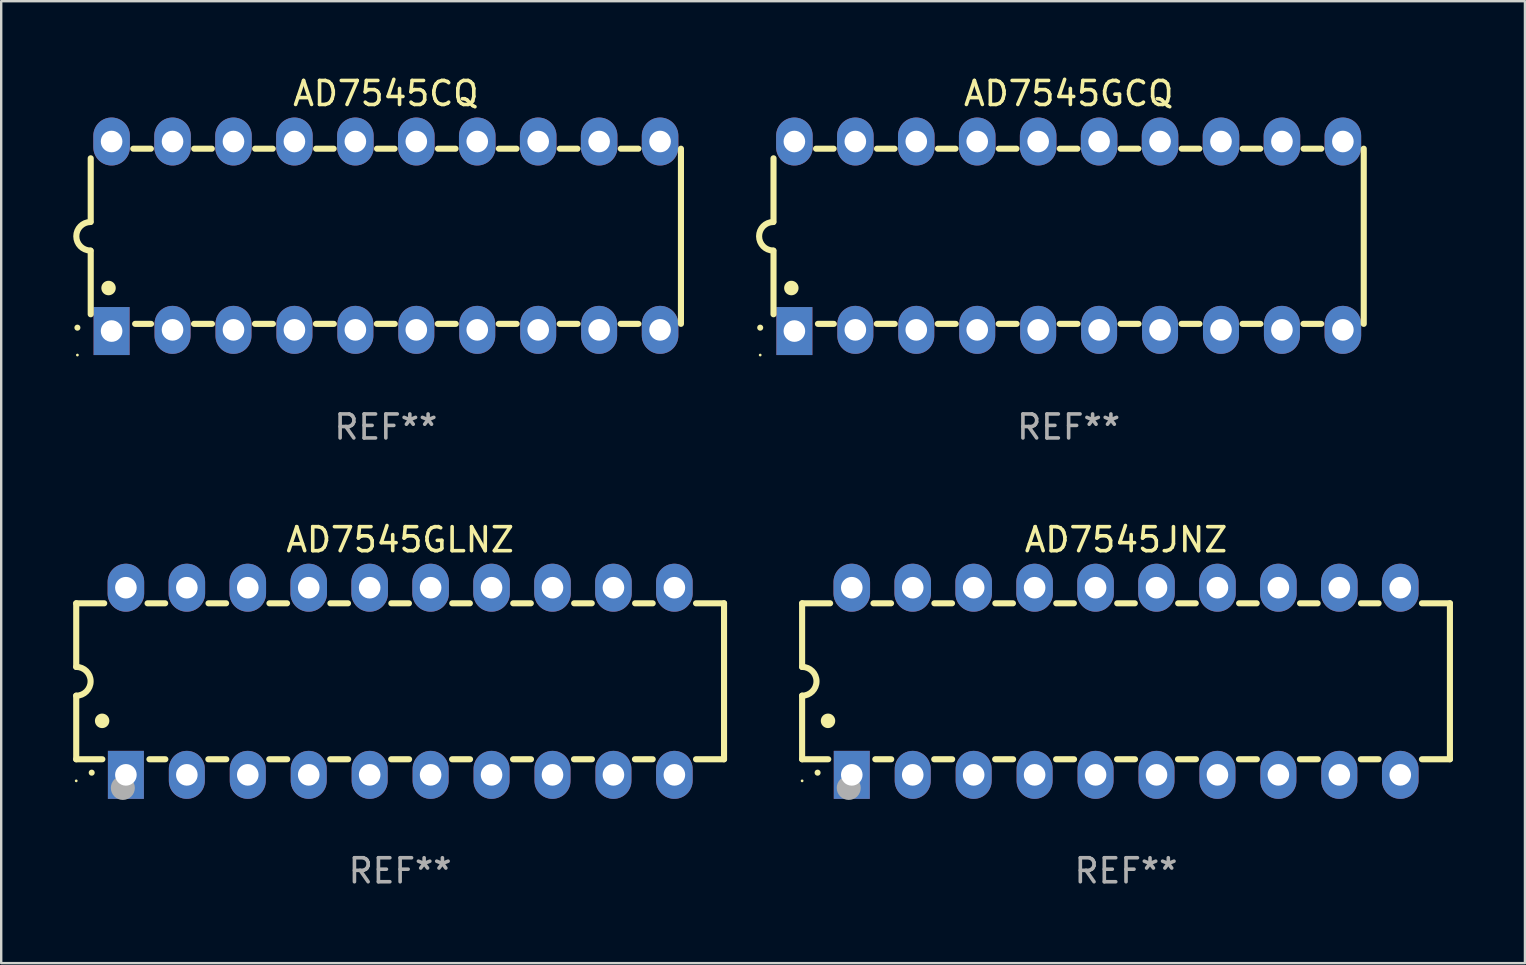
<source format=kicad_pcb>
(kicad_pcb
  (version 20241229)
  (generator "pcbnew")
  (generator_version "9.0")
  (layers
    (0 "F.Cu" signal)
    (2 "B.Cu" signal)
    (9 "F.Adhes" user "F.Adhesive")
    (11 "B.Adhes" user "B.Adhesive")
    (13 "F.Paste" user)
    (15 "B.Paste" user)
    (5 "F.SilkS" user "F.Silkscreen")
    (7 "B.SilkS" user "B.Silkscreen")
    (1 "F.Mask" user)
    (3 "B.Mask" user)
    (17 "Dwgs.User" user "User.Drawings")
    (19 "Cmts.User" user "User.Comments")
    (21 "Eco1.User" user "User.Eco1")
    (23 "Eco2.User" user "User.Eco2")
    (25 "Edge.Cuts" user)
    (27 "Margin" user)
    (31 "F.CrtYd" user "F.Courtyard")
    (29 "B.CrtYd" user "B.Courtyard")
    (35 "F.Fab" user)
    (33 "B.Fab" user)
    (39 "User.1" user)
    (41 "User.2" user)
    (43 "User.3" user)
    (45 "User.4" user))
  (footprint "AD7545GLNZ"
    (layer "F.Cu")
    (at 13.627 25.345)
    (property "Reference" "AD7545GLNZ" (at 0 -5.9 0) (layer "F.SilkS") (effects (font (size 1 1) (thickness 0.15))))
    (attr through_hole)
    (fp_line (start -13.5 -3.25) (end -12.333 -3.25) (stroke (width 0.254) (type solid)) (layer "F.SilkS"))
    (fp_line (start -13.5 -0.6) (end -13.5 -3.25) (stroke (width 0.254) (type solid)) (layer "F.SilkS"))
    (fp_line (start -13.5 3.25) (end -13.5 0.6) (stroke (width 0.254) (type solid)) (layer "F.SilkS"))
    (fp_line (start -13.5 3.25) (end -12.411 3.25) (stroke (width 0.254) (type solid)) (layer "F.SilkS"))
    (fp_line (start -10.527 -3.25) (end -9.793 -3.25) (stroke (width 0.254) (type solid)) (layer "F.SilkS"))
    (fp_line (start -10.449 3.25) (end -9.786 3.25) (stroke (width 0.254) (type solid)) (layer "F.SilkS"))
    (fp_line (start -7.994 3.25) (end -7.246 3.25) (stroke (width 0.254) (type solid)) (layer "F.SilkS"))
    (fp_line (start -7.987 -3.25) (end -7.253 -3.25) (stroke (width 0.254) (type solid)) (layer "F.SilkS"))
    (fp_line (start -5.454 3.25) (end -4.706 3.25) (stroke (width 0.254) (type solid)) (layer "F.SilkS"))
    (fp_line (start -5.447 -3.25) (end -4.713 -3.25) (stroke (width 0.254) (type solid)) (layer "F.SilkS"))
    (fp_line (start -2.914 3.25) (end -2.166 3.25) (stroke (width 0.254) (type solid)) (layer "F.SilkS"))
    (fp_line (start -2.907 -3.25) (end -2.173 -3.25) (stroke (width 0.254) (type solid)) (layer "F.SilkS"))
    (fp_line (start -0.374 3.25) (end 0.374 3.25) (stroke (width 0.254) (type solid)) (layer "F.SilkS"))
    (fp_line (start -0.367 -3.25) (end 0.367 -3.25) (stroke (width 0.254) (type solid)) (layer "F.SilkS"))
    (fp_line (start 2.166 3.25) (end 2.914 3.25) (stroke (width 0.254) (type solid)) (layer "F.SilkS"))
    (fp_line (start 2.173 -3.25) (end 2.907 -3.25) (stroke (width 0.254) (type solid)) (layer "F.SilkS"))
    (fp_line (start 4.706 3.25) (end 5.454 3.25) (stroke (width 0.254) (type solid)) (layer "F.SilkS"))
    (fp_line (start 4.713 -3.25) (end 5.447 -3.25) (stroke (width 0.254) (type solid)) (layer "F.SilkS"))
    (fp_line (start 7.246 3.25) (end 7.994 3.25) (stroke (width 0.254) (type solid)) (layer "F.SilkS"))
    (fp_line (start 7.253 -3.25) (end 7.987 -3.25) (stroke (width 0.254) (type solid)) (layer "F.SilkS"))
    (fp_line (start 9.786 3.25) (end 10.527 3.25) (stroke (width 0.254) (type solid)) (layer "F.SilkS"))
    (fp_line (start 9.793 -3.25) (end 10.527 -3.25) (stroke (width 0.254) (type solid)) (layer "F.SilkS"))
    (fp_line (start 12.333 -3.25) (end 13.5 -3.25) (stroke (width 0.254) (type solid)) (layer "F.SilkS"))
    (fp_line (start 12.333 3.25) (end 13.5 3.25) (stroke (width 0.254) (type solid)) (layer "F.SilkS"))
    (fp_line (start 13.5 -3.25) (end 13.5 3.25) (stroke (width 0.254) (type solid)) (layer "F.SilkS"))
    (fp_arc (start -13.500127 -0.599442) (mid -12.900406 0.000228) (end -13.500025 0.6) (stroke (width 0.254001) (type solid)) (layer "F.SilkS"))
    (fp_arc (start -12.854966 3.810008) (mid -12.854973 3.808738) (end -12.854966 3.807468) (stroke (width 0.25) (type solid)) (layer "F.SilkS"))
    (fp_arc (start -12.420625 1.651003) (mid -12.420636 1.648463) (end -12.420625 1.645923) (stroke (width 0.6) (type solid)) (layer "F.SilkS"))
    (fp_circle (center -13.5 4.15) (end -13.47 4.15) (stroke (width 0.06) (type solid)) (fill no) (layer "F.SilkS"))
    (fp_circle (center -11.557 4.445) (end -11.307 4.445) (stroke (width 0.5) (type solid)) (fill no) (layer "F.Fab"))
    (fp_text user "REF**" (at 0 7.9 0) (layer "F.Fab") (effects (font (size 1 1) (thickness 0.15))))
    (pad "1" thru_hole rect (at -11.43 3.9 90) (size 2 1.5) (drill 0.9) (layers "*.Cu" "*.Mask"))
    (pad "2" thru_hole oval (at -8.89 3.9 90) (size 2 1.5) (drill 0.9) (layers "*.Cu" "*.Mask"))
    (pad "3" thru_hole oval (at -6.35 3.9 90) (size 2 1.5) (drill 0.9) (layers "*.Cu" "*.Mask"))
    (pad "4" thru_hole oval (at -3.81 3.9 90) (size 2 1.5) (drill 0.9) (layers "*.Cu" "*.Mask"))
    (pad "5" thru_hole oval (at -1.27 3.9 90) (size 2 1.5) (drill 0.9) (layers "*.Cu" "*.Mask"))
    (pad "6" thru_hole oval (at 1.27 3.9 90) (size 2 1.5) (drill 0.9) (layers "*.Cu" "*.Mask"))
    (pad "7" thru_hole oval (at 3.81 3.9 90) (size 2 1.5) (drill 0.9) (layers "*.Cu" "*.Mask"))
    (pad "8" thru_hole oval (at 6.35 3.9 90) (size 2 1.5) (drill 0.9) (layers "*.Cu" "*.Mask"))
    (pad "9" thru_hole oval (at 8.89 3.9 90) (size 2 1.5) (drill 0.9) (layers "*.Cu" "*.Mask"))
    (pad "10" thru_hole oval (at 11.43 3.9 90) (size 2 1.524) (drill 0.9) (layers "*.Cu" "*.Mask"))
    (pad "11" thru_hole oval (at 11.43 -3.9 90) (size 2 1.524) (drill 0.9) (layers "*.Cu" "*.Mask"))
    (pad "12" thru_hole oval (at 8.89 -3.9 90) (size 2 1.524) (drill 0.9) (layers "*.Cu" "*.Mask"))
    (pad "13" thru_hole oval (at 6.35 -3.9 90) (size 2 1.524) (drill 0.9) (layers "*.Cu" "*.Mask"))
    (pad "14" thru_hole oval (at 3.81 -3.9 90) (size 2 1.524) (drill 0.9) (layers "*.Cu" "*.Mask"))
    (pad "15" thru_hole oval (at 1.27 -3.9 90) (size 2 1.524) (drill 0.9) (layers "*.Cu" "*.Mask"))
    (pad "16" thru_hole oval (at -1.27 -3.9 90) (size 2 1.524) (drill 0.9) (layers "*.Cu" "*.Mask"))
    (pad "17" thru_hole oval (at -3.81 -3.9 90) (size 2 1.524) (drill 0.9) (layers "*.Cu" "*.Mask"))
    (pad "18" thru_hole oval (at -6.35 -3.9 90) (size 2 1.524) (drill 0.9) (layers "*.Cu" "*.Mask"))
    (pad "19" thru_hole oval (at -8.89 -3.9 90) (size 2 1.524) (drill 0.9) (layers "*.Cu" "*.Mask"))
    (pad "20" thru_hole oval (at -11.43 -3.9 90) (size 2 1.524) (drill 0.9) (layers "*.Cu" "*.Mask")))
  (footprint "AD7545JNZ"
    (layer "F.Cu")
    (at 43.881 25.345)
    (property "Reference" "AD7545JNZ" (at 0 -5.9 0) (layer "F.SilkS") (effects (font (size 1 1) (thickness 0.15))))
    (attr through_hole)
    (fp_line (start -13.5 -3.25) (end -12.333 -3.25) (stroke (width 0.254) (type solid)) (layer "F.SilkS"))
    (fp_line (start -13.5 -0.6) (end -13.5 -3.25) (stroke (width 0.254) (type solid)) (layer "F.SilkS"))
    (fp_line (start -13.5 3.25) (end -13.5 0.6) (stroke (width 0.254) (type solid)) (layer "F.SilkS"))
    (fp_line (start -13.5 3.25) (end -12.411 3.25) (stroke (width 0.254) (type solid)) (layer "F.SilkS"))
    (fp_line (start -10.527 -3.25) (end -9.793 -3.25) (stroke (width 0.254) (type solid)) (layer "F.SilkS"))
    (fp_line (start -10.449 3.25) (end -9.786 3.25) (stroke (width 0.254) (type solid)) (layer "F.SilkS"))
    (fp_line (start -7.994 3.25) (end -7.246 3.25) (stroke (width 0.254) (type solid)) (layer "F.SilkS"))
    (fp_line (start -7.987 -3.25) (end -7.253 -3.25) (stroke (width 0.254) (type solid)) (layer "F.SilkS"))
    (fp_line (start -5.454 3.25) (end -4.706 3.25) (stroke (width 0.254) (type solid)) (layer "F.SilkS"))
    (fp_line (start -5.447 -3.25) (end -4.713 -3.25) (stroke (width 0.254) (type solid)) (layer "F.SilkS"))
    (fp_line (start -2.914 3.25) (end -2.166 3.25) (stroke (width 0.254) (type solid)) (layer "F.SilkS"))
    (fp_line (start -2.907 -3.25) (end -2.173 -3.25) (stroke (width 0.254) (type solid)) (layer "F.SilkS"))
    (fp_line (start -0.374 3.25) (end 0.374 3.25) (stroke (width 0.254) (type solid)) (layer "F.SilkS"))
    (fp_line (start -0.367 -3.25) (end 0.367 -3.25) (stroke (width 0.254) (type solid)) (layer "F.SilkS"))
    (fp_line (start 2.166 3.25) (end 2.914 3.25) (stroke (width 0.254) (type solid)) (layer "F.SilkS"))
    (fp_line (start 2.173 -3.25) (end 2.907 -3.25) (stroke (width 0.254) (type solid)) (layer "F.SilkS"))
    (fp_line (start 4.706 3.25) (end 5.454 3.25) (stroke (width 0.254) (type solid)) (layer "F.SilkS"))
    (fp_line (start 4.713 -3.25) (end 5.447 -3.25) (stroke (width 0.254) (type solid)) (layer "F.SilkS"))
    (fp_line (start 7.246 3.25) (end 7.994 3.25) (stroke (width 0.254) (type solid)) (layer "F.SilkS"))
    (fp_line (start 7.253 -3.25) (end 7.987 -3.25) (stroke (width 0.254) (type solid)) (layer "F.SilkS"))
    (fp_line (start 9.786 3.25) (end 10.527 3.25) (stroke (width 0.254) (type solid)) (layer "F.SilkS"))
    (fp_line (start 9.793 -3.25) (end 10.527 -3.25) (stroke (width 0.254) (type solid)) (layer "F.SilkS"))
    (fp_line (start 12.333 -3.25) (end 13.5 -3.25) (stroke (width 0.254) (type solid)) (layer "F.SilkS"))
    (fp_line (start 12.333 3.25) (end 13.5 3.25) (stroke (width 0.254) (type solid)) (layer "F.SilkS"))
    (fp_line (start 13.5 -3.25) (end 13.5 3.25) (stroke (width 0.254) (type solid)) (layer "F.SilkS"))
    (fp_arc (start -13.500127 -0.599442) (mid -12.900406 0.000228) (end -13.500025 0.6) (stroke (width 0.254001) (type solid)) (layer "F.SilkS"))
    (fp_arc (start -12.854966 3.810008) (mid -12.854973 3.808738) (end -12.854966 3.807468) (stroke (width 0.25) (type solid)) (layer "F.SilkS"))
    (fp_arc (start -12.420625 1.651003) (mid -12.420636 1.648463) (end -12.420625 1.645923) (stroke (width 0.6) (type solid)) (layer "F.SilkS"))
    (fp_circle (center -13.5 4.15) (end -13.47 4.15) (stroke (width 0.06) (type solid)) (fill no) (layer "F.SilkS"))
    (fp_circle (center -11.557 4.445) (end -11.307 4.445) (stroke (width 0.5) (type solid)) (fill no) (layer "F.Fab"))
    (fp_text user "REF**" (at 0 7.9 0) (layer "F.Fab") (effects (font (size 1 1) (thickness 0.15))))
    (pad "1" thru_hole rect (at -11.43 3.9 90) (size 2 1.5) (drill 0.9) (layers "*.Cu" "*.Mask"))
    (pad "2" thru_hole oval (at -8.89 3.9 90) (size 2 1.5) (drill 0.9) (layers "*.Cu" "*.Mask"))
    (pad "3" thru_hole oval (at -6.35 3.9 90) (size 2 1.5) (drill 0.9) (layers "*.Cu" "*.Mask"))
    (pad "4" thru_hole oval (at -3.81 3.9 90) (size 2 1.5) (drill 0.9) (layers "*.Cu" "*.Mask"))
    (pad "5" thru_hole oval (at -1.27 3.9 90) (size 2 1.5) (drill 0.9) (layers "*.Cu" "*.Mask"))
    (pad "6" thru_hole oval (at 1.27 3.9 90) (size 2 1.5) (drill 0.9) (layers "*.Cu" "*.Mask"))
    (pad "7" thru_hole oval (at 3.81 3.9 90) (size 2 1.5) (drill 0.9) (layers "*.Cu" "*.Mask"))
    (pad "8" thru_hole oval (at 6.35 3.9 90) (size 2 1.5) (drill 0.9) (layers "*.Cu" "*.Mask"))
    (pad "9" thru_hole oval (at 8.89 3.9 90) (size 2 1.5) (drill 0.9) (layers "*.Cu" "*.Mask"))
    (pad "10" thru_hole oval (at 11.43 3.9 90) (size 2 1.524) (drill 0.9) (layers "*.Cu" "*.Mask"))
    (pad "11" thru_hole oval (at 11.43 -3.9 90) (size 2 1.524) (drill 0.9) (layers "*.Cu" "*.Mask"))
    (pad "12" thru_hole oval (at 8.89 -3.9 90) (size 2 1.524) (drill 0.9) (layers "*.Cu" "*.Mask"))
    (pad "13" thru_hole oval (at 6.35 -3.9 90) (size 2 1.524) (drill 0.9) (layers "*.Cu" "*.Mask"))
    (pad "14" thru_hole oval (at 3.81 -3.9 90) (size 2 1.524) (drill 0.9) (layers "*.Cu" "*.Mask"))
    (pad "15" thru_hole oval (at 1.27 -3.9 90) (size 2 1.524) (drill 0.9) (layers "*.Cu" "*.Mask"))
    (pad "16" thru_hole oval (at -1.27 -3.9 90) (size 2 1.524) (drill 0.9) (layers "*.Cu" "*.Mask"))
    (pad "17" thru_hole oval (at -3.81 -3.9 90) (size 2 1.524) (drill 0.9) (layers "*.Cu" "*.Mask"))
    (pad "18" thru_hole oval (at -6.35 -3.9 90) (size 2 1.524) (drill 0.9) (layers "*.Cu" "*.Mask"))
    (pad "19" thru_hole oval (at -8.89 -3.9 90) (size 2 1.524) (drill 0.9) (layers "*.Cu" "*.Mask"))
    (pad "20" thru_hole oval (at -11.43 -3.9 90) (size 2 1.524) (drill 0.9) (layers "*.Cu" "*.Mask")))
  (footprint "AD7545CQ"
    (layer "F.Cu")
    (at 13.031 6.798)
    (property "Reference" "AD7545CQ" (at 0 -5.95 0) (layer "F.SilkS") (effects (font (size 1 1) (thickness 0.15))))
    (attr through_hole)
    (fp_line (start -12.3 -0.6) (end -12.3 -3.25) (stroke (width 0.254) (type solid)) (layer "F.SilkS"))
    (fp_line (start -12.3 3.25) (end -12.3 0.6) (stroke (width 0.254) (type solid)) (layer "F.SilkS"))
    (fp_line (start -10.527 -3.65) (end -9.793 -3.65) (stroke (width 0.254) (type solid)) (layer "F.SilkS"))
    (fp_line (start -10.449 3.65) (end -9.786 3.65) (stroke (width 0.254) (type solid)) (layer "F.SilkS"))
    (fp_line (start -7.994 3.65) (end -7.246 3.65) (stroke (width 0.254) (type solid)) (layer "F.SilkS"))
    (fp_line (start -7.987 -3.65) (end -7.253 -3.65) (stroke (width 0.254) (type solid)) (layer "F.SilkS"))
    (fp_line (start -5.454 3.65) (end -4.706 3.65) (stroke (width 0.254) (type solid)) (layer "F.SilkS"))
    (fp_line (start -5.447 -3.65) (end -4.713 -3.65) (stroke (width 0.254) (type solid)) (layer "F.SilkS"))
    (fp_line (start -2.914 3.65) (end -2.166 3.65) (stroke (width 0.254) (type solid)) (layer "F.SilkS"))
    (fp_line (start -2.907 -3.65) (end -2.173 -3.65) (stroke (width 0.254) (type solid)) (layer "F.SilkS"))
    (fp_line (start -0.374 3.65) (end 0.374 3.65) (stroke (width 0.254) (type solid)) (layer "F.SilkS"))
    (fp_line (start -0.367 -3.65) (end 0.367 -3.65) (stroke (width 0.254) (type solid)) (layer "F.SilkS"))
    (fp_line (start 2.166 3.65) (end 2.914 3.65) (stroke (width 0.254) (type solid)) (layer "F.SilkS"))
    (fp_line (start 2.173 -3.65) (end 2.907 -3.65) (stroke (width 0.254) (type solid)) (layer "F.SilkS"))
    (fp_line (start 4.706 3.65) (end 5.454 3.65) (stroke (width 0.254) (type solid)) (layer "F.SilkS"))
    (fp_line (start 4.713 -3.65) (end 5.447 -3.65) (stroke (width 0.254) (type solid)) (layer "F.SilkS"))
    (fp_line (start 7.246 3.65) (end 7.994 3.65) (stroke (width 0.254) (type solid)) (layer "F.SilkS"))
    (fp_line (start 7.253 -3.65) (end 7.987 -3.65) (stroke (width 0.254) (type solid)) (layer "F.SilkS"))
    (fp_line (start 9.786 3.65) (end 10.527 3.65) (stroke (width 0.254) (type solid)) (layer "F.SilkS"))
    (fp_line (start 9.793 -3.65) (end 10.527 -3.65) (stroke (width 0.254) (type solid)) (layer "F.SilkS"))
    (fp_line (start 12.3 -3.65) (end 12.3 3.65) (stroke (width 0.254) (type solid)) (layer "F.SilkS"))
    (fp_arc (start -12.854966 3.809881) (mid -12.854973 3.808611) (end -12.854966 3.807341) (stroke (width 0.25) (type solid)) (layer "F.SilkS"))
    (fp_arc (start -12.313894 0.594742) (mid -12.903982 -0.000152) (end -12.313894 -0.595046) (stroke (width 0.254001) (type solid)) (layer "F.SilkS"))
    (fp_arc (start -11.557023 2.158877) (mid -11.557034 2.156337) (end -11.557023 2.153797) (stroke (width 0.6) (type solid)) (layer "F.SilkS"))
    (fp_circle (center -12.855 4.95) (end -12.825 4.95) (stroke (width 0.06) (type solid)) (fill no) (layer "F.SilkS"))
    (fp_text user "REF**" (at 0 7.95 0) (layer "F.Fab") (effects (font (size 1 1) (thickness 0.15))))
    (pad "1" thru_hole rect (at -11.43 3.95 90) (size 2 1.5) (drill 0.9) (layers "*.Cu" "*.Mask"))
    (pad "2" thru_hole oval (at -8.89 3.9 90) (size 2 1.5) (drill 0.9) (layers "*.Cu" "*.Mask"))
    (pad "3" thru_hole oval (at -6.35 3.9 90) (size 2 1.5) (drill 0.9) (layers "*.Cu" "*.Mask"))
    (pad "4" thru_hole oval (at -3.81 3.9 90) (size 2 1.5) (drill 0.9) (layers "*.Cu" "*.Mask"))
    (pad "5" thru_hole oval (at -1.27 3.9 90) (size 2 1.5) (drill 0.9) (layers "*.Cu" "*.Mask"))
    (pad "6" thru_hole oval (at 1.27 3.9 90) (size 2 1.5) (drill 0.9) (layers "*.Cu" "*.Mask"))
    (pad "7" thru_hole oval (at 3.81 3.9 90) (size 2 1.5) (drill 0.9) (layers "*.Cu" "*.Mask"))
    (pad "8" thru_hole oval (at 6.35 3.9 90) (size 2 1.5) (drill 0.9) (layers "*.Cu" "*.Mask"))
    (pad "9" thru_hole oval (at 8.89 3.9 90) (size 2 1.5) (drill 0.9) (layers "*.Cu" "*.Mask"))
    (pad "10" thru_hole oval (at 11.43 3.9 90) (size 2 1.524) (drill 0.9) (layers "*.Cu" "*.Mask"))
    (pad "11" thru_hole oval (at 11.43 -3.95 90) (size 2 1.524) (drill 0.9) (layers "*.Cu" "*.Mask"))
    (pad "12" thru_hole oval (at 8.89 -3.95 90) (size 2 1.524) (drill 0.9) (layers "*.Cu" "*.Mask"))
    (pad "13" thru_hole oval (at 6.35 -3.95 90) (size 2 1.524) (drill 0.9) (layers "*.Cu" "*.Mask"))
    (pad "14" thru_hole oval (at 3.81 -3.95 90) (size 2 1.524) (drill 0.9) (layers "*.Cu" "*.Mask"))
    (pad "15" thru_hole oval (at 1.27 -3.95 90) (size 2 1.524) (drill 0.9) (layers "*.Cu" "*.Mask"))
    (pad "16" thru_hole oval (at -1.27 -3.95 90) (size 2 1.524) (drill 0.9) (layers "*.Cu" "*.Mask"))
    (pad "17" thru_hole oval (at -3.81 -3.95 90) (size 2 1.524) (drill 0.9) (layers "*.Cu" "*.Mask"))
    (pad "18" thru_hole oval (at -6.35 -3.95 90) (size 2 1.524) (drill 0.9) (layers "*.Cu" "*.Mask"))
    (pad "19" thru_hole oval (at -8.89 -3.95 90) (size 2 1.524) (drill 0.9) (layers "*.Cu" "*.Mask"))
    (pad "20" thru_hole oval (at -11.43 -3.95 90) (size 2 1.524) (drill 0.9) (layers "*.Cu" "*.Mask")))
  (footprint "AD7545GCQ"
    (layer "F.Cu")
    (at 41.489 6.798)
    (property "Reference" "AD7545GCQ" (at 0 -5.95 0) (layer "F.SilkS") (effects (font (size 1 1) (thickness 0.15))))
    (attr through_hole)
    (fp_line (start -12.3 -0.6) (end -12.3 -3.25) (stroke (width 0.254) (type solid)) (layer "F.SilkS"))
    (fp_line (start -12.3 3.25) (end -12.3 0.6) (stroke (width 0.254) (type solid)) (layer "F.SilkS"))
    (fp_line (start -10.527 -3.65) (end -9.793 -3.65) (stroke (width 0.254) (type solid)) (layer "F.SilkS"))
    (fp_line (start -10.449 3.65) (end -9.786 3.65) (stroke (width 0.254) (type solid)) (layer "F.SilkS"))
    (fp_line (start -7.994 3.65) (end -7.246 3.65) (stroke (width 0.254) (type solid)) (layer "F.SilkS"))
    (fp_line (start -7.987 -3.65) (end -7.253 -3.65) (stroke (width 0.254) (type solid)) (layer "F.SilkS"))
    (fp_line (start -5.454 3.65) (end -4.706 3.65) (stroke (width 0.254) (type solid)) (layer "F.SilkS"))
    (fp_line (start -5.447 -3.65) (end -4.713 -3.65) (stroke (width 0.254) (type solid)) (layer "F.SilkS"))
    (fp_line (start -2.914 3.65) (end -2.166 3.65) (stroke (width 0.254) (type solid)) (layer "F.SilkS"))
    (fp_line (start -2.907 -3.65) (end -2.173 -3.65) (stroke (width 0.254) (type solid)) (layer "F.SilkS"))
    (fp_line (start -0.374 3.65) (end 0.374 3.65) (stroke (width 0.254) (type solid)) (layer "F.SilkS"))
    (fp_line (start -0.367 -3.65) (end 0.367 -3.65) (stroke (width 0.254) (type solid)) (layer "F.SilkS"))
    (fp_line (start 2.166 3.65) (end 2.914 3.65) (stroke (width 0.254) (type solid)) (layer "F.SilkS"))
    (fp_line (start 2.173 -3.65) (end 2.907 -3.65) (stroke (width 0.254) (type solid)) (layer "F.SilkS"))
    (fp_line (start 4.706 3.65) (end 5.454 3.65) (stroke (width 0.254) (type solid)) (layer "F.SilkS"))
    (fp_line (start 4.713 -3.65) (end 5.447 -3.65) (stroke (width 0.254) (type solid)) (layer "F.SilkS"))
    (fp_line (start 7.246 3.65) (end 7.994 3.65) (stroke (width 0.254) (type solid)) (layer "F.SilkS"))
    (fp_line (start 7.253 -3.65) (end 7.987 -3.65) (stroke (width 0.254) (type solid)) (layer "F.SilkS"))
    (fp_line (start 9.786 3.65) (end 10.527 3.65) (stroke (width 0.254) (type solid)) (layer "F.SilkS"))
    (fp_line (start 9.793 -3.65) (end 10.527 -3.65) (stroke (width 0.254) (type solid)) (layer "F.SilkS"))
    (fp_line (start 12.3 -3.65) (end 12.3 3.65) (stroke (width 0.254) (type solid)) (layer "F.SilkS"))
    (fp_arc (start -12.854966 3.809881) (mid -12.854973 3.808611) (end -12.854966 3.807341) (stroke (width 0.25) (type solid)) (layer "F.SilkS"))
    (fp_arc (start -12.313894 0.594742) (mid -12.903982 -0.000152) (end -12.313894 -0.595046) (stroke (width 0.254001) (type solid)) (layer "F.SilkS"))
    (fp_arc (start -11.557023 2.158877) (mid -11.557034 2.156337) (end -11.557023 2.153797) (stroke (width 0.6) (type solid)) (layer "F.SilkS"))
    (fp_circle (center -12.855 4.95) (end -12.825 4.95) (stroke (width 0.06) (type solid)) (fill no) (layer "F.SilkS"))
    (fp_text user "REF**" (at 0 7.95 0) (layer "F.Fab") (effects (font (size 1 1) (thickness 0.15))))
    (pad "1" thru_hole rect (at -11.43 3.95 90) (size 2 1.5) (drill 0.9) (layers "*.Cu" "*.Mask"))
    (pad "2" thru_hole oval (at -8.89 3.9 90) (size 2 1.5) (drill 0.9) (layers "*.Cu" "*.Mask"))
    (pad "3" thru_hole oval (at -6.35 3.9 90) (size 2 1.5) (drill 0.9) (layers "*.Cu" "*.Mask"))
    (pad "4" thru_hole oval (at -3.81 3.9 90) (size 2 1.5) (drill 0.9) (layers "*.Cu" "*.Mask"))
    (pad "5" thru_hole oval (at -1.27 3.9 90) (size 2 1.5) (drill 0.9) (layers "*.Cu" "*.Mask"))
    (pad "6" thru_hole oval (at 1.27 3.9 90) (size 2 1.5) (drill 0.9) (layers "*.Cu" "*.Mask"))
    (pad "7" thru_hole oval (at 3.81 3.9 90) (size 2 1.5) (drill 0.9) (layers "*.Cu" "*.Mask"))
    (pad "8" thru_hole oval (at 6.35 3.9 90) (size 2 1.5) (drill 0.9) (layers "*.Cu" "*.Mask"))
    (pad "9" thru_hole oval (at 8.89 3.9 90) (size 2 1.5) (drill 0.9) (layers "*.Cu" "*.Mask"))
    (pad "10" thru_hole oval (at 11.43 3.9 90) (size 2 1.524) (drill 0.9) (layers "*.Cu" "*.Mask"))
    (pad "11" thru_hole oval (at 11.43 -3.95 90) (size 2 1.524) (drill 0.9) (layers "*.Cu" "*.Mask"))
    (pad "12" thru_hole oval (at 8.89 -3.95 90) (size 2 1.524) (drill 0.9) (layers "*.Cu" "*.Mask"))
    (pad "13" thru_hole oval (at 6.35 -3.95 90) (size 2 1.524) (drill 0.9) (layers "*.Cu" "*.Mask"))
    (pad "14" thru_hole oval (at 3.81 -3.95 90) (size 2 1.524) (drill 0.9) (layers "*.Cu" "*.Mask"))
    (pad "15" thru_hole oval (at 1.27 -3.95 90) (size 2 1.524) (drill 0.9) (layers "*.Cu" "*.Mask"))
    (pad "16" thru_hole oval (at -1.27 -3.95 90) (size 2 1.524) (drill 0.9) (layers "*.Cu" "*.Mask"))
    (pad "17" thru_hole oval (at -3.81 -3.95 90) (size 2 1.524) (drill 0.9) (layers "*.Cu" "*.Mask"))
    (pad "18" thru_hole oval (at -6.35 -3.95 90) (size 2 1.524) (drill 0.9) (layers "*.Cu" "*.Mask"))
    (pad "19" thru_hole oval (at -8.89 -3.95 90) (size 2 1.524) (drill 0.9) (layers "*.Cu" "*.Mask"))
    (pad "20" thru_hole oval (at -11.43 -3.95 90) (size 2 1.524) (drill 0.9) (layers "*.Cu" "*.Mask")))
  (gr_rect
    (start -3 -3)
    (end 60.508 37.093)
    (stroke (width 0.1) (type default))
    (fill no)
    (layer "Edge.Cuts")))
</source>
